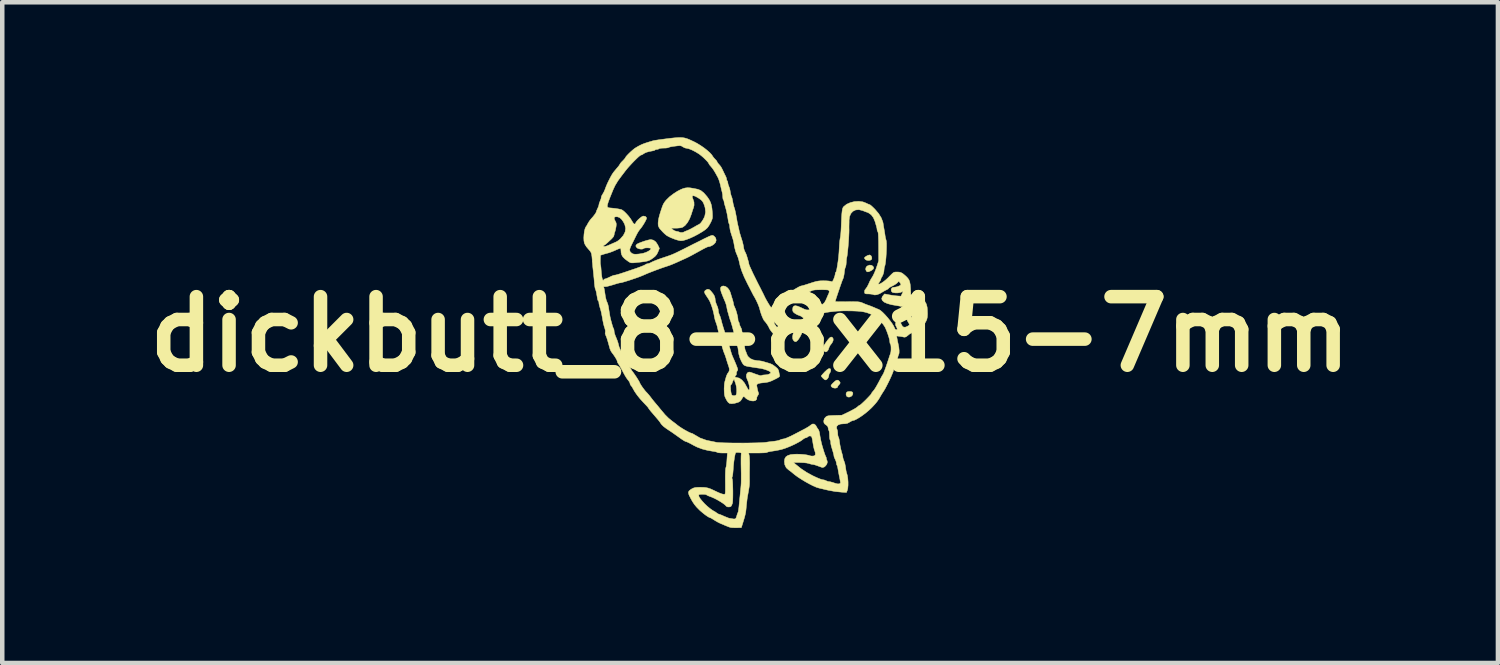
<source format=kicad_pcb>
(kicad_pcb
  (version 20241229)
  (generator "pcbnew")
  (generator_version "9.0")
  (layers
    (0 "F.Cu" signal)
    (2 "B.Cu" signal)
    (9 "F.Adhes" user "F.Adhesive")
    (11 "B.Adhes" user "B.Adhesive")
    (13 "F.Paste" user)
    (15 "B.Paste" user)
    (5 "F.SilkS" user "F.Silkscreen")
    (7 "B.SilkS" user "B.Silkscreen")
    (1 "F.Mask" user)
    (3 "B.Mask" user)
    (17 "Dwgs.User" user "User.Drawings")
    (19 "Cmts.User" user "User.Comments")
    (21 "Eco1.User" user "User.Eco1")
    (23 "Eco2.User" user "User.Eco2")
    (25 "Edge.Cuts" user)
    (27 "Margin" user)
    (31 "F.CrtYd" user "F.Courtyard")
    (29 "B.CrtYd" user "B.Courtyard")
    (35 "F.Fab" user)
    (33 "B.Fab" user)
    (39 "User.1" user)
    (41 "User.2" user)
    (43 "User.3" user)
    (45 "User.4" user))
  (footprint "dickbutt_8-8x15-7mm"
    (layer "F.Cu")
    (at 13.614 4.375)
    (property "Reference" "dickbutt_8-8x15-7mm" (at 0 0 0) (layer "F.SilkS") (effects (font (size 1.524 1.524) (thickness 0.3))))
    (attr through_hole)
    (fp_poly (pts (xy 2.225 1.273) (xy 2.262 1.279) (xy 2.279 1.293) (xy 2.284 1.31) (xy 2.277 1.348) (xy 2.251 1.378) (xy 2.215 1.395) (xy 2.176 1.396) (xy 2.148 1.38) (xy 2.133 1.348) (xy 2.135 1.31) (xy 2.151 1.285) (xy 2.178 1.275) (xy 2.217 1.272) (xy 2.225 1.273)) (stroke (width 0.01) (type solid)) (fill yes) (layer "F.SilkS"))
    (fp_poly (pts (xy 2.686 -1.745) (xy 2.703 -1.713) (xy 2.705 -1.678) (xy 2.696 -1.659) (xy 2.666 -1.642) (xy 2.624 -1.638) (xy 2.584 -1.646) (xy 2.562 -1.659) (xy 2.544 -1.682) (xy 2.54 -1.695) (xy 2.552 -1.712) (xy 2.581 -1.733) (xy 2.616 -1.751) (xy 2.649 -1.76) (xy 2.66 -1.761) (xy 2.686 -1.745)) (stroke (width 0.01) (type solid)) (fill yes) (layer "F.SilkS"))
    (fp_poly (pts (xy 2.7 -1.531) (xy 2.731 -1.509) (xy 2.748 -1.478) (xy 2.738 -1.449) (xy 2.701 -1.419) (xy 2.68 -1.408) (xy 2.638 -1.389) (xy 2.611 -1.385) (xy 2.591 -1.394) (xy 2.585 -1.4) (xy 2.569 -1.434) (xy 2.572 -1.474) (xy 2.594 -1.509) (xy 2.603 -1.515) (xy 2.654 -1.536) (xy 2.7 -1.531)) (stroke (width 0.01) (type solid)) (fill yes) (layer "F.SilkS"))
    (fp_poly (pts (xy 0.944 -0.293) (xy 0.978 -0.267) (xy 0.979 -0.264) (xy 0.985 -0.242) (xy 0.97 -0.217) (xy 0.96 -0.205) (xy 0.927 -0.178) (xy 0.895 -0.173) (xy 0.854 -0.188) (xy 0.84 -0.196) (xy 0.804 -0.229) (xy 0.793 -0.258) (xy 0.794 -0.283) (xy 0.809 -0.297) (xy 0.838 -0.304) (xy 0.894 -0.306) (xy 0.944 -0.293)) (stroke (width 0.01) (type solid)) (fill yes) (layer "F.SilkS"))
    (fp_poly (pts (xy 1.956 1.022) (xy 1.98 1.042) (xy 2.001 1.072) (xy 1.997 1.098) (xy 1.976 1.122) (xy 1.954 1.147) (xy 1.947 1.165) (xy 1.936 1.186) (xy 1.907 1.197) (xy 1.87 1.197) (xy 1.833 1.186) (xy 1.813 1.171) (xy 1.8 1.154) (xy 1.798 1.14) (xy 1.81 1.12) (xy 1.839 1.089) (xy 1.849 1.079) (xy 1.894 1.038) (xy 1.928 1.02) (xy 1.956 1.022)) (stroke (width 0.01) (type solid)) (fill yes) (layer "F.SilkS"))
    (fp_poly (pts (xy 1.79 0.783) (xy 1.792 0.803) (xy 1.785 0.838) (xy 1.771 0.861) (xy 1.755 0.887) (xy 1.75 0.919) (xy 1.74 0.957) (xy 1.717 0.992) (xy 1.688 1.013) (xy 1.675 1.016) (xy 1.654 1.007) (xy 1.625 0.983) (xy 1.618 0.976) (xy 1.594 0.949) (xy 1.581 0.93) (xy 1.58 0.928) (xy 1.59 0.914) (xy 1.614 0.886) (xy 1.648 0.849) (xy 1.655 0.841) (xy 1.708 0.791) (xy 1.748 0.765) (xy 1.776 0.763) (xy 1.79 0.783)) (stroke (width 0.01) (type solid)) (fill yes) (layer "F.SilkS"))
    (fp_poly (pts (xy 1.828 0.071) (xy 1.847 0.103) (xy 1.844 0.146) (xy 1.821 0.193) (xy 1.806 0.212) (xy 1.777 0.25) (xy 1.758 0.286) (xy 1.755 0.296) (xy 1.735 0.35) (xy 1.708 0.383) (xy 1.679 0.394) (xy 1.649 0.379) (xy 1.628 0.349) (xy 1.619 0.326) (xy 1.616 0.307) (xy 1.622 0.286) (xy 1.638 0.255) (xy 1.669 0.209) (xy 1.679 0.193) (xy 1.726 0.128) (xy 1.762 0.086) (xy 1.791 0.065) (xy 1.815 0.064) (xy 1.828 0.071)) (stroke (width 0.01) (type solid)) (fill yes) (layer "F.SilkS"))
    (fp_poly (pts (xy -1.335 -3.252) (xy -1.266 -3.241) (xy -1.176 -3.223) (xy -1.161 -3.22) (xy -1.095 -3.193) (xy -1.028 -3.14) (xy -0.959 -3.061) (xy -0.932 -3.024) (xy -0.899 -2.972) (xy -0.876 -2.921) (xy -0.859 -2.866) (xy -0.847 -2.798) (xy -0.839 -2.711) (xy -0.837 -2.679) (xy -0.835 -2.622) (xy -0.837 -2.58) (xy -0.848 -2.543) (xy -0.868 -2.497) (xy -0.879 -2.475) (xy -0.915 -2.411) (xy -0.949 -2.364) (xy -0.992 -2.325) (xy -1.051 -2.284) (xy -1.051 -2.284) (xy -1.146 -2.227) (xy -1.242 -2.176) (xy -1.335 -2.133) (xy -1.419 -2.101) (xy -1.489 -2.081) (xy -1.538 -2.076) (xy -1.576 -2.082) (xy -1.629 -2.096) (xy -1.685 -2.115) (xy -1.686 -2.116) (xy -1.76 -2.145) (xy -1.814 -2.171) (xy -1.858 -2.197) (xy -1.897 -2.23) (xy -1.941 -2.273) (xy -1.95 -2.283) (xy -1.997 -2.335) (xy -2.012 -2.356) (xy -1.757 -2.356) (xy -1.714 -2.322) (xy -1.677 -2.298) (xy -1.641 -2.287) (xy -1.637 -2.286) (xy -1.601 -2.28) (xy -1.58 -2.272) (xy -1.548 -2.261) (xy -1.508 -2.259) (xy -1.477 -2.267) (xy -1.474 -2.269) (xy -1.453 -2.28) (xy -1.417 -2.295) (xy -1.405 -2.299) (xy -1.365 -2.316) (xy -1.312 -2.342) (xy -1.256 -2.373) (xy -1.249 -2.377) (xy -1.2 -2.406) (xy -1.157 -2.429) (xy -1.13 -2.443) (xy -1.126 -2.445) (xy -1.102 -2.464) (xy -1.073 -2.501) (xy -1.042 -2.549) (xy -1.016 -2.6) (xy -1.006 -2.625) (xy -0.989 -2.713) (xy -0.999 -2.808) (xy -1.015 -2.862) (xy -1.036 -2.916) (xy -1.058 -2.953) (xy -1.087 -2.983) (xy -1.131 -3.015) (xy -1.153 -3.029) (xy -1.213 -3.063) (xy -1.255 -3.077) (xy -1.28 -3.073) (xy -1.286 -3.05) (xy -1.271 -3.008) (xy -1.269 -3.004) (xy -1.246 -2.936) (xy -1.244 -2.865) (xy -1.255 -2.819) (xy -1.264 -2.792) (xy -1.28 -2.745) (xy -1.298 -2.688) (xy -1.306 -2.662) (xy -1.344 -2.564) (xy -1.391 -2.48) (xy -1.444 -2.416) (xy -1.495 -2.378) (xy -1.541 -2.364) (xy -1.61 -2.357) (xy -1.647 -2.356) (xy -1.757 -2.356) (xy -2.012 -2.356) (xy -2.026 -2.377) (xy -2.041 -2.417) (xy -2.043 -2.463) (xy -2.041 -2.498) (xy -2.036 -2.533) (xy -2.031 -2.565) (xy -2.023 -2.599) (xy -2.012 -2.642) (xy -1.994 -2.701) (xy -1.972 -2.769) (xy -1.948 -2.84) (xy -1.926 -2.892) (xy -1.899 -2.935) (xy -1.865 -2.978) (xy -1.858 -2.985) (xy -1.79 -3.052) (xy -1.704 -3.118) (xy -1.613 -3.177) (xy -1.537 -3.216) (xy -1.485 -3.237) (xy -1.439 -3.249) (xy -1.391 -3.254) (xy -1.335 -3.252)) (stroke (width 0.01) (type solid)) (fill yes) (layer "F.SilkS"))
    (fp_poly (pts (xy -0.542 -1.06) (xy -0.497 -1.026) (xy -0.46 -0.977) (xy -0.44 -0.931) (xy -0.428 -0.892) (xy -0.412 -0.838) (xy -0.396 -0.788) (xy -0.381 -0.738) (xy -0.371 -0.696) (xy -0.367 -0.671) (xy -0.361 -0.644) (xy -0.345 -0.606) (xy -0.34 -0.596) (xy -0.319 -0.545) (xy -0.299 -0.481) (xy -0.282 -0.415) (xy -0.271 -0.355) (xy -0.268 -0.324) (xy -0.264 -0.292) (xy -0.254 -0.275) (xy -0.242 -0.255) (xy -0.24 -0.239) (xy -0.233 -0.21) (xy -0.217 -0.171) (xy -0.212 -0.162) (xy -0.193 -0.123) (xy -0.184 -0.089) (xy -0.183 -0.083) (xy -0.177 -0.046) (xy -0.17 -0.029) (xy -0.162 -0.004) (xy -0.153 0.041) (xy -0.144 0.098) (xy -0.141 0.122) (xy -0.13 0.211) (xy -0.122 0.276) (xy -0.115 0.321) (xy -0.109 0.35) (xy -0.103 0.367) (xy -0.099 0.374) (xy -0.088 0.398) (xy -0.08 0.425) (xy -0.051 0.489) (xy 0.001 0.539) (xy 0.072 0.571) (xy 0.156 0.586) (xy 0.211 0.591) (xy 0.262 0.599) (xy 0.286 0.605) (xy 0.329 0.618) (xy 0.381 0.633) (xy 0.395 0.637) (xy 0.452 0.655) (xy 0.496 0.675) (xy 0.539 0.705) (xy 0.574 0.732) (xy 0.614 0.769) (xy 0.634 0.806) (xy 0.639 0.83) (xy 0.647 0.874) (xy 0.655 0.911) (xy 0.656 0.913) (xy 0.658 0.928) (xy 0.651 0.942) (xy 0.63 0.959) (xy 0.591 0.981) (xy 0.541 1.006) (xy 0.474 1.038) (xy 0.419 1.058) (xy 0.367 1.07) (xy 0.307 1.077) (xy 0.306 1.077) (xy 0.234 1.085) (xy 0.185 1.096) (xy 0.158 1.11) (xy 0.148 1.131) (xy 0.149 1.146) (xy 0.16 1.206) (xy 0.172 1.259) (xy 0.184 1.298) (xy 0.189 1.31) (xy 0.188 1.331) (xy 0.172 1.361) (xy 0.17 1.364) (xy 0.153 1.392) (xy 0.149 1.411) (xy 0.149 1.412) (xy 0.149 1.433) (xy 0.141 1.453) (xy 0.114 1.476) (xy 0.071 1.484) (xy 0.019 1.479) (xy -0.034 1.461) (xy -0.083 1.433) (xy -0.105 1.413) (xy -0.129 1.389) (xy -0.148 1.387) (xy -0.166 1.408) (xy -0.183 1.438) (xy -0.212 1.481) (xy -0.254 1.508) (xy -0.271 1.515) (xy -0.346 1.536) (xy -0.41 1.544) (xy -0.456 1.537) (xy -0.459 1.536) (xy -0.49 1.51) (xy -0.523 1.462) (xy -0.554 1.399) (xy -0.56 1.383) (xy -0.569 1.344) (xy -0.574 1.286) (xy -0.576 1.218) (xy -0.574 1.156) (xy -0.435 1.156) (xy -0.435 1.197) (xy -0.432 1.233) (xy -0.425 1.285) (xy -0.416 1.327) (xy -0.407 1.35) (xy -0.407 1.35) (xy -0.378 1.366) (xy -0.341 1.366) (xy -0.313 1.352) (xy -0.302 1.324) (xy -0.297 1.277) (xy -0.298 1.219) (xy -0.306 1.157) (xy -0.32 1.099) (xy -0.325 1.087) (xy -0.34 1.044) (xy -0.35 1.013) (xy -0.353 1.003) (xy -0.358 1.002) (xy -0.37 1.018) (xy -0.383 1.042) (xy -0.393 1.065) (xy -0.395 1.074) (xy -0.405 1.102) (xy -0.418 1.116) (xy -0.43 1.132) (xy -0.435 1.156) (xy -0.574 1.156) (xy -0.574 1.15) (xy -0.569 1.092) (xy -0.562 1.058) (xy -0.552 1.023) (xy -0.539 0.976) (xy -0.535 0.96) (xy -0.52 0.916) (xy -0.505 0.883) (xy -0.5 0.875) (xy -0.471 0.833) (xy -0.46 0.796) (xy -0.464 0.753) (xy -0.477 0.709) (xy -0.498 0.647) (xy -0.519 0.581) (xy -0.528 0.55) (xy -0.543 0.502) (xy -0.557 0.462) (xy -0.564 0.445) (xy -0.588 0.384) (xy -0.611 0.311) (xy -0.63 0.241) (xy -0.636 0.212) (xy -0.646 0.161) (xy -0.66 0.101) (xy -0.67 0.064) (xy -0.693 -0.022) (xy -0.71 -0.087) (xy -0.722 -0.138) (xy -0.727 -0.162) (xy -0.738 -0.203) (xy -0.748 -0.233) (xy -0.776 -0.311) (xy -0.793 -0.384) (xy -0.798 -0.416) (xy -0.81 -0.475) (xy -0.829 -0.549) (xy -0.853 -0.625) (xy -0.879 -0.694) (xy -0.898 -0.738) (xy -0.919 -0.774) (xy -0.949 -0.821) (xy -0.968 -0.849) (xy -1 -0.898) (xy -1.013 -0.932) (xy -1.009 -0.957) (xy -0.988 -0.978) (xy -0.985 -0.98) (xy -0.945 -0.999) (xy -0.91 -0.994) (xy -0.874 -0.963) (xy -0.823 -0.901) (xy -0.792 -0.849) (xy -0.778 -0.801) (xy -0.776 -0.776) (xy -0.768 -0.724) (xy -0.749 -0.666) (xy -0.741 -0.649) (xy -0.72 -0.599) (xy -0.708 -0.55) (xy -0.706 -0.529) (xy -0.699 -0.48) (xy -0.682 -0.433) (xy -0.662 -0.386) (xy -0.648 -0.339) (xy -0.622 -0.238) (xy -0.595 -0.148) (xy -0.584 -0.114) (xy -0.568 -0.063) (xy -0.551 -0.006) (xy -0.549 0) (xy -0.529 0.067) (xy -0.504 0.144) (xy -0.48 0.217) (xy -0.477 0.226) (xy -0.456 0.286) (xy -0.439 0.343) (xy -0.427 0.386) (xy -0.424 0.395) (xy -0.412 0.436) (xy -0.392 0.488) (xy -0.377 0.522) (xy -0.352 0.578) (xy -0.324 0.644) (xy -0.303 0.695) (xy -0.284 0.746) (xy -0.274 0.777) (xy -0.275 0.797) (xy -0.284 0.812) (xy -0.287 0.816) (xy -0.302 0.847) (xy -0.302 0.869) (xy -0.306 0.902) (xy -0.317 0.916) (xy -0.337 0.94) (xy -0.33 0.955) (xy -0.3 0.961) (xy -0.24 0.976) (xy -0.18 1.018) (xy -0.124 1.084) (xy -0.073 1.174) (xy -0.069 1.182) (xy -0.05 1.217) (xy -0.033 1.239) (xy -0.028 1.242) (xy -0.016 1.23) (xy -0.013 1.197) (xy -0.017 1.151) (xy -0.029 1.098) (xy -0.046 1.043) (xy -0.065 1) (xy -0.083 0.946) (xy -0.081 0.897) (xy -0.06 0.86) (xy -0.052 0.854) (xy -0.031 0.843) (xy -0.009 0.841) (xy 0.023 0.85) (xy 0.057 0.862) (xy 0.13 0.889) (xy 0.181 0.906) (xy 0.215 0.917) (xy 0.236 0.92) (xy 0.25 0.919) (xy 0.256 0.915) (xy 0.281 0.908) (xy 0.322 0.904) (xy 0.339 0.903) (xy 0.386 0.898) (xy 0.426 0.885) (xy 0.452 0.867) (xy 0.459 0.848) (xy 0.457 0.844) (xy 0.434 0.825) (xy 0.391 0.805) (xy 0.336 0.784) (xy 0.276 0.768) (xy 0.234 0.759) (xy 0.168 0.75) (xy 0.097 0.739) (xy 0.064 0.734) (xy -0.015 0.722) (xy -0.071 0.712) (xy -0.11 0.7) (xy -0.137 0.685) (xy -0.157 0.663) (xy -0.176 0.632) (xy -0.192 0.602) (xy -0.227 0.524) (xy -0.25 0.441) (xy -0.264 0.346) (xy -0.27 0.302) (xy -0.279 0.27) (xy -0.284 0.262) (xy -0.293 0.239) (xy -0.296 0.207) (xy -0.301 0.172) (xy -0.312 0.122) (xy -0.324 0.079) (xy -0.344 0.015) (xy -0.364 -0.055) (xy -0.374 -0.092) (xy -0.397 -0.177) (xy -0.415 -0.239) (xy -0.429 -0.282) (xy -0.437 -0.303) (xy -0.448 -0.334) (xy -0.461 -0.378) (xy -0.466 -0.395) (xy -0.479 -0.442) (xy -0.491 -0.484) (xy -0.495 -0.494) (xy -0.504 -0.53) (xy -0.514 -0.578) (xy -0.516 -0.593) (xy -0.528 -0.648) (xy -0.546 -0.703) (xy -0.55 -0.713) (xy -0.591 -0.809) (xy -0.621 -0.883) (xy -0.642 -0.938) (xy -0.653 -0.979) (xy -0.657 -1.009) (xy -0.655 -1.03) (xy -0.649 -1.044) (xy -0.624 -1.067) (xy -0.588 -1.072) (xy -0.542 -1.06)) (stroke (width 0.01) (type solid)) (fill yes) (layer "F.SilkS"))
    (fp_poly (pts (xy -1.5 -4.367) (xy -1.455 -4.36) (xy -1.411 -4.348) (xy -1.366 -4.331) (xy -1.316 -4.309) (xy -1.257 -4.281) (xy -1.249 -4.278) (xy -1.177 -4.24) (xy -1.101 -4.193) (xy -1.025 -4.141) (xy -0.956 -4.087) (xy -0.898 -4.036) (xy -0.856 -3.991) (xy -0.841 -3.969) (xy -0.817 -3.933) (xy -0.784 -3.895) (xy -0.777 -3.888) (xy -0.75 -3.86) (xy -0.735 -3.837) (xy -0.734 -3.833) (xy -0.725 -3.814) (xy -0.703 -3.786) (xy -0.697 -3.78) (xy -0.669 -3.748) (xy -0.644 -3.714) (xy -0.62 -3.669) (xy -0.59 -3.607) (xy -0.586 -3.598) (xy -0.564 -3.552) (xy -0.545 -3.514) (xy -0.536 -3.496) (xy -0.524 -3.461) (xy -0.522 -3.444) (xy -0.516 -3.417) (xy -0.508 -3.408) (xy -0.497 -3.388) (xy -0.494 -3.364) (xy -0.487 -3.326) (xy -0.472 -3.286) (xy -0.472 -3.286) (xy -0.456 -3.244) (xy -0.444 -3.192) (xy -0.442 -3.177) (xy -0.433 -3.126) (xy -0.421 -3.08) (xy -0.416 -3.069) (xy -0.4 -3.024) (xy -0.39 -2.977) (xy -0.375 -2.894) (xy -0.359 -2.831) (xy -0.353 -2.815) (xy -0.341 -2.779) (xy -0.327 -2.72) (xy -0.312 -2.644) (xy -0.296 -2.557) (xy -0.289 -2.512) (xy -0.282 -2.476) (xy -0.272 -2.429) (xy -0.268 -2.413) (xy -0.255 -2.359) (xy -0.243 -2.304) (xy -0.241 -2.293) (xy -0.231 -2.252) (xy -0.214 -2.196) (xy -0.195 -2.135) (xy -0.192 -2.126) (xy -0.172 -2.063) (xy -0.156 -1.999) (xy -0.146 -1.947) (xy -0.146 -1.942) (xy -0.137 -1.893) (xy -0.122 -1.849) (xy -0.114 -1.834) (xy -0.096 -1.798) (xy -0.077 -1.751) (xy -0.073 -1.736) (xy -0.058 -1.686) (xy -0.045 -1.64) (xy -0.041 -1.629) (xy -0.032 -1.593) (xy -0.028 -1.569) (xy -0.022 -1.545) (xy -0.003 -1.499) (xy 0.027 -1.433) (xy 0.066 -1.348) (xy 0.115 -1.249) (xy 0.171 -1.136) (xy 0.233 -1.016) (xy 0.261 -0.959) (xy 0.287 -0.909) (xy 0.305 -0.871) (xy 0.31 -0.861) (xy 0.334 -0.811) (xy 0.364 -0.755) (xy 0.397 -0.699) (xy 0.428 -0.648) (xy 0.455 -0.607) (xy 0.475 -0.583) (xy 0.482 -0.579) (xy 0.496 -0.59) (xy 0.517 -0.617) (xy 0.524 -0.627) (xy 0.556 -0.669) (xy 0.596 -0.703) (xy 0.6 -0.706) (xy 0.633 -0.731) (xy 0.654 -0.757) (xy 0.656 -0.762) (xy 0.673 -0.786) (xy 0.71 -0.819) (xy 0.759 -0.856) (xy 0.816 -0.893) (xy 0.856 -0.916) (xy 0.897 -0.939) (xy 0.931 -0.959) (xy 0.938 -0.963) (xy 1.016 -1.013) (xy 1.074 -1.046) (xy 1.113 -1.066) (xy 1.135 -1.072) (xy 1.135 -1.072) (xy 1.157 -1.077) (xy 1.199 -1.088) (xy 1.256 -1.106) (xy 1.322 -1.127) (xy 1.33 -1.13) (xy 1.407 -1.155) (xy 1.467 -1.172) (xy 1.517 -1.181) (xy 1.566 -1.186) (xy 1.623 -1.187) (xy 1.63 -1.187) (xy 1.692 -1.186) (xy 1.746 -1.182) (xy 1.785 -1.176) (xy 1.794 -1.173) (xy 1.815 -1.167) (xy 1.83 -1.173) (xy 1.844 -1.195) (xy 1.861 -1.233) (xy 1.878 -1.279) (xy 1.889 -1.319) (xy 1.891 -1.336) (xy 1.896 -1.364) (xy 1.903 -1.375) (xy 1.914 -1.393) (xy 1.923 -1.427) (xy 1.925 -1.436) (xy 1.942 -1.535) (xy 1.954 -1.615) (xy 1.963 -1.684) (xy 1.97 -1.752) (xy 1.976 -1.826) (xy 1.981 -1.916) (xy 1.983 -1.947) (xy 1.987 -2.015) (xy 1.993 -2.077) (xy 2 -2.126) (xy 2.004 -2.145) (xy 2.009 -2.177) (xy 2.015 -2.23) (xy 2.02 -2.299) (xy 2.024 -2.375) (xy 2.025 -2.399) (xy 2.03 -2.517) (xy 2.034 -2.61) (xy 2.039 -2.681) (xy 2.045 -2.735) (xy 2.051 -2.774) (xy 2.059 -2.801) (xy 2.069 -2.821) (xy 2.079 -2.834) (xy 2.145 -2.887) (xy 2.228 -2.924) (xy 2.321 -2.947) (xy 2.417 -2.952) (xy 2.507 -2.94) (xy 2.57 -2.916) (xy 2.612 -2.896) (xy 2.645 -2.882) (xy 2.658 -2.879) (xy 2.674 -2.869) (xy 2.705 -2.843) (xy 2.745 -2.805) (xy 2.774 -2.776) (xy 2.856 -2.68) (xy 2.915 -2.584) (xy 2.95 -2.492) (xy 2.956 -2.462) (xy 2.963 -2.414) (xy 2.973 -2.357) (xy 2.978 -2.328) (xy 2.988 -2.27) (xy 2.997 -2.211) (xy 3 -2.187) (xy 3.008 -2.141) (xy 3.018 -2.103) (xy 3.021 -2.095) (xy 3.027 -2.066) (xy 3.031 -2.015) (xy 3.031 -1.948) (xy 3.029 -1.87) (xy 3.025 -1.787) (xy 3.02 -1.706) (xy 3.013 -1.63) (xy 3.005 -1.568) (xy 2.996 -1.523) (xy 2.99 -1.508) (xy 2.981 -1.477) (xy 2.977 -1.437) (xy 2.972 -1.388) (xy 2.958 -1.336) (xy 2.939 -1.29) (xy 2.923 -1.267) (xy 2.909 -1.238) (xy 2.907 -1.227) (xy 2.899 -1.2) (xy 2.879 -1.167) (xy 2.855 -1.133) (xy 2.851 -1.115) (xy 2.864 -1.111) (xy 2.889 -1.12) (xy 2.925 -1.14) (xy 2.969 -1.17) (xy 3.017 -1.209) (xy 3.067 -1.255) (xy 3.087 -1.276) (xy 3.134 -1.323) (xy 3.166 -1.354) (xy 3.191 -1.372) (xy 3.215 -1.38) (xy 3.243 -1.382) (xy 3.264 -1.382) (xy 3.312 -1.38) (xy 3.351 -1.37) (xy 3.389 -1.35) (xy 3.433 -1.314) (xy 3.465 -1.286) (xy 3.503 -1.246) (xy 3.53 -1.207) (xy 3.547 -1.161) (xy 3.558 -1.102) (xy 3.565 -1.023) (xy 3.566 -0.998) (xy 3.572 -0.875) (xy 3.614 -0.875) (xy 3.665 -0.865) (xy 3.731 -0.836) (xy 3.806 -0.791) (xy 3.838 -0.769) (xy 3.885 -0.725) (xy 3.916 -0.67) (xy 3.934 -0.6) (xy 3.939 -0.536) (xy 3.942 -0.448) (xy 3.938 -0.381) (xy 3.927 -0.329) (xy 3.908 -0.287) (xy 3.9 -0.274) (xy 3.874 -0.229) (xy 3.854 -0.185) (xy 3.85 -0.173) (xy 3.828 -0.122) (xy 3.793 -0.094) (xy 3.741 -0.085) (xy 3.733 -0.085) (xy 3.663 -0.072) (xy 3.621 -0.049) (xy 3.588 -0.028) (xy 3.565 -0.015) (xy 3.561 -0.014) (xy 3.546 -0.006) (xy 3.519 0.016) (xy 3.503 0.029) (xy 3.466 0.057) (xy 3.437 0.066) (xy 3.416 0.064) (xy 3.379 0.056) (xy 3.33 0.048) (xy 3.318 0.047) (xy 3.256 0.039) (xy 3.264 0.087) (xy 3.272 0.13) (xy 3.283 0.183) (xy 3.288 0.205) (xy 3.305 0.291) (xy 3.312 0.364) (xy 3.311 0.418) (xy 3.305 0.443) (xy 3.295 0.465) (xy 3.286 0.495) (xy 3.276 0.539) (xy 3.264 0.599) (xy 3.252 0.638) (xy 3.231 0.684) (xy 3.222 0.701) (xy 3.202 0.742) (xy 3.191 0.778) (xy 3.189 0.789) (xy 3.183 0.818) (xy 3.165 0.866) (xy 3.139 0.928) (xy 3.107 0.999) (xy 3.071 1.073) (xy 3.034 1.146) (xy 2.999 1.212) (xy 2.967 1.265) (xy 2.963 1.27) (xy 2.93 1.322) (xy 2.896 1.378) (xy 2.886 1.397) (xy 2.853 1.451) (xy 2.819 1.499) (xy 2.779 1.548) (xy 2.726 1.606) (xy 2.692 1.641) (xy 2.634 1.695) (xy 2.568 1.75) (xy 2.498 1.803) (xy 2.43 1.849) (xy 2.367 1.886) (xy 2.316 1.911) (xy 2.281 1.919) (xy 2.258 1.927) (xy 2.224 1.945) (xy 2.21 1.954) (xy 2.164 1.979) (xy 2.112 1.989) (xy 2.081 1.99) (xy 2.009 1.996) (xy 1.957 2.015) (xy 1.927 2.045) (xy 1.921 2.084) (xy 1.932 2.114) (xy 1.942 2.146) (xy 1.947 2.191) (xy 1.947 2.205) (xy 1.95 2.245) (xy 1.957 2.274) (xy 1.96 2.28) (xy 1.97 2.301) (xy 1.979 2.339) (xy 1.981 2.349) (xy 1.996 2.454) (xy 2.012 2.536) (xy 2.028 2.602) (xy 2.037 2.632) (xy 2.05 2.677) (xy 2.059 2.715) (xy 2.06 2.728) (xy 2.066 2.759) (xy 2.079 2.798) (xy 2.08 2.799) (xy 2.104 2.864) (xy 2.119 2.941) (xy 2.126 2.992) (xy 2.133 3.037) (xy 2.142 3.075) (xy 2.145 3.083) (xy 2.16 3.135) (xy 2.171 3.204) (xy 2.177 3.281) (xy 2.177 3.357) (xy 2.171 3.424) (xy 2.159 3.471) (xy 2.141 3.516) (xy 2.033 3.509) (xy 1.894 3.495) (xy 1.749 3.469) (xy 1.665 3.45) (xy 1.609 3.436) (xy 1.556 3.424) (xy 1.524 3.416) (xy 1.47 3.399) (xy 1.399 3.368) (xy 1.317 3.326) (xy 1.23 3.278) (xy 1.143 3.225) (xy 1.062 3.173) (xy 0.994 3.123) (xy 0.962 3.097) (xy 0.919 3.061) (xy 0.878 3.03) (xy 0.857 3.015) (xy 0.803 2.966) (xy 0.771 2.899) (xy 0.762 2.828) (xy 0.77 2.769) (xy 0.795 2.725) (xy 0.839 2.694) (xy 0.905 2.674) (xy 0.994 2.666) (xy 1.044 2.665) (xy 1.122 2.667) (xy 1.196 2.673) (xy 1.26 2.682) (xy 1.307 2.692) (xy 1.32 2.697) (xy 1.355 2.706) (xy 1.397 2.707) (xy 1.398 2.707) (xy 1.432 2.7) (xy 1.447 2.683) (xy 1.451 2.664) (xy 1.447 2.624) (xy 1.435 2.587) (xy 1.424 2.555) (xy 1.412 2.504) (xy 1.401 2.443) (xy 1.397 2.42) (xy 1.388 2.362) (xy 1.378 2.313) (xy 1.369 2.282) (xy 1.365 2.275) (xy 1.337 2.259) (xy 1.303 2.264) (xy 1.284 2.279) (xy 1.257 2.297) (xy 1.241 2.3) (xy 1.214 2.309) (xy 1.18 2.331) (xy 1.168 2.341) (xy 1.129 2.369) (xy 1.07 2.403) (xy 0.998 2.441) (xy 0.919 2.478) (xy 0.84 2.511) (xy 0.769 2.538) (xy 0.762 2.54) (xy 0.701 2.559) (xy 0.634 2.574) (xy 0.555 2.589) (xy 0.456 2.604) (xy 0.445 2.606) (xy 0.405 2.614) (xy 0.378 2.624) (xy 0.375 2.626) (xy 0.356 2.631) (xy 0.315 2.635) (xy 0.257 2.637) (xy 0.187 2.639) (xy 0.165 2.639) (xy -0.032 2.639) (xy -0.02 2.692) (xy -0.015 2.729) (xy -0.012 2.786) (xy -0.01 2.851) (xy -0.01 2.882) (xy -0.012 3.002) (xy -0.013 3.103) (xy -0.013 3.197) (xy -0.012 3.263) (xy -0.013 3.306) (xy -0.015 3.349) (xy -0.021 3.399) (xy -0.031 3.461) (xy -0.045 3.541) (xy -0.057 3.605) (xy -0.065 3.658) (xy -0.073 3.728) (xy -0.081 3.801) (xy -0.084 3.831) (xy -0.09 3.896) (xy -0.097 3.954) (xy -0.109 4.011) (xy -0.125 4.074) (xy -0.149 4.153) (xy -0.167 4.212) (xy -0.194 4.297) (xy -0.291 4.299) (xy -0.346 4.299) (xy -0.395 4.297) (xy -0.423 4.295) (xy -0.444 4.29) (xy -0.473 4.281) (xy -0.513 4.265) (xy -0.569 4.242) (xy -0.646 4.209) (xy -0.663 4.202) (xy -0.712 4.178) (xy -0.768 4.146) (xy -0.8 4.126) (xy -0.84 4.101) (xy -0.871 4.083) (xy -0.885 4.078) (xy -0.91 4.069) (xy -0.95 4.045) (xy -1 4.01) (xy -1.054 3.967) (xy -1.107 3.922) (xy -1.127 3.903) (xy -1.189 3.84) (xy -1.238 3.78) (xy -1.282 3.714) (xy -1.327 3.632) (xy -1.336 3.613) (xy -1.35 3.583) (xy -1.143 3.583) (xy -1.132 3.615) (xy -1.103 3.66) (xy -1.06 3.712) (xy -1.008 3.769) (xy -0.949 3.824) (xy -0.89 3.873) (xy -0.834 3.913) (xy -0.805 3.93) (xy -0.768 3.951) (xy -0.74 3.972) (xy -0.737 3.974) (xy -0.709 3.992) (xy -0.68 4.002) (xy -0.646 4.014) (xy -0.6 4.034) (xy -0.572 4.047) (xy -0.471 4.087) (xy -0.37 4.104) (xy -0.359 4.105) (xy -0.333 4.103) (xy -0.317 4.091) (xy -0.304 4.063) (xy -0.297 4.039) (xy -0.284 3.997) (xy -0.272 3.966) (xy -0.268 3.958) (xy -0.262 3.939) (xy -0.256 3.898) (xy -0.248 3.841) (xy -0.242 3.775) (xy -0.234 3.69) (xy -0.224 3.597) (xy -0.216 3.51) (xy -0.211 3.464) (xy -0.205 3.408) (xy -0.201 3.357) (xy -0.198 3.306) (xy -0.197 3.247) (xy -0.197 3.178) (xy -0.197 3.09) (xy -0.199 2.985) (xy -0.201 2.874) (xy -0.201 2.784) (xy -0.2 2.716) (xy -0.198 2.672) (xy -0.196 2.66) (xy -0.196 2.642) (xy -0.21 2.633) (xy -0.244 2.628) (xy -0.256 2.627) (xy -0.296 2.626) (xy -0.317 2.632) (xy -0.327 2.65) (xy -0.331 2.663) (xy -0.346 2.735) (xy -0.359 2.826) (xy -0.37 2.928) (xy -0.376 3.02) (xy -0.381 3.08) (xy -0.387 3.13) (xy -0.394 3.163) (xy -0.398 3.171) (xy -0.404 3.196) (xy -0.399 3.207) (xy -0.394 3.227) (xy -0.389 3.27) (xy -0.386 3.33) (xy -0.384 3.401) (xy -0.382 3.479) (xy -0.382 3.557) (xy -0.383 3.63) (xy -0.385 3.692) (xy -0.388 3.738) (xy -0.393 3.762) (xy -0.393 3.763) (xy -0.409 3.797) (xy -0.415 3.814) (xy -0.433 3.831) (xy -0.466 3.838) (xy -0.501 3.836) (xy -0.528 3.823) (xy -0.532 3.818) (xy -0.556 3.792) (xy -0.599 3.759) (xy -0.657 3.721) (xy -0.722 3.683) (xy -0.79 3.647) (xy -0.855 3.618) (xy -0.891 3.605) (xy -0.932 3.589) (xy -0.96 3.575) (xy -0.967 3.569) (xy -0.985 3.562) (xy -1.021 3.557) (xy -1.059 3.556) (xy -1.106 3.557) (xy -1.132 3.562) (xy -1.142 3.572) (xy -1.143 3.583) (xy -1.35 3.583) (xy -1.362 3.556) (xy -1.37 3.515) (xy -1.358 3.484) (xy -1.325 3.455) (xy -1.29 3.433) (xy -1.256 3.417) (xy -1.22 3.407) (xy -1.172 3.402) (xy -1.109 3.401) (xy -1.04 3.402) (xy -0.984 3.407) (xy -0.932 3.418) (xy -0.877 3.437) (xy -0.811 3.467) (xy -0.755 3.494) (xy -0.697 3.521) (xy -0.644 3.542) (xy -0.603 3.554) (xy -0.589 3.556) (xy -0.576 3.557) (xy -0.565 3.556) (xy -0.558 3.55) (xy -0.553 3.537) (xy -0.55 3.512) (xy -0.549 3.471) (xy -0.549 3.413) (xy -0.549 3.332) (xy -0.55 3.243) (xy -0.55 3.15) (xy -0.548 3.072) (xy -0.545 3.012) (xy -0.541 2.975) (xy -0.538 2.966) (xy -0.531 2.941) (xy -0.524 2.895) (xy -0.517 2.836) (xy -0.514 2.789) (xy -0.504 2.639) (xy -0.609 2.639) (xy -0.662 2.637) (xy -0.704 2.633) (xy -0.726 2.627) (xy -0.727 2.626) (xy -0.749 2.616) (xy -0.786 2.607) (xy -0.797 2.606) (xy -0.943 2.581) (xy -1.067 2.549) (xy -1.176 2.508) (xy -1.256 2.468) (xy -1.317 2.434) (xy -1.37 2.407) (xy -1.409 2.39) (xy -1.428 2.385) (xy -1.447 2.377) (xy -1.483 2.356) (xy -1.528 2.326) (xy -1.545 2.314) (xy -1.633 2.251) (xy -1.704 2.201) (xy -1.754 2.166) (xy -1.776 2.152) (xy -1.86 2.096) (xy -1.921 2.05) (xy -1.964 2.008) (xy -1.994 1.967) (xy -1.998 1.959) (xy -2.014 1.938) (xy -2.042 1.902) (xy -2.077 1.861) (xy -2.077 1.861) (xy -2.149 1.777) (xy -2.203 1.714) (xy -2.238 1.67) (xy -2.256 1.645) (xy -2.258 1.639) (xy -2.267 1.626) (xy -2.292 1.597) (xy -2.33 1.557) (xy -2.371 1.514) (xy -2.442 1.436) (xy -2.508 1.354) (xy -2.563 1.275) (xy -2.603 1.205) (xy -2.609 1.192) (xy -2.63 1.159) (xy -2.644 1.144) (xy -2.663 1.115) (xy -2.667 1.096) (xy -2.676 1.066) (xy -2.698 1.034) (xy -2.724 1.002) (xy -2.754 0.959) (xy -2.789 0.9) (xy -2.832 0.82) (xy -2.851 0.784) (xy -2.88 0.732) (xy -2.906 0.687) (xy -2.925 0.658) (xy -2.929 0.653) (xy -2.946 0.624) (xy -2.949 0.608) (xy -2.957 0.582) (xy -2.978 0.541) (xy -3.008 0.493) (xy -3.041 0.445) (xy -3.069 0.409) (xy -3.093 0.372) (xy -3.113 0.325) (xy -3.115 0.318) (xy -3.14 0.227) (xy -3.159 0.16) (xy -3.174 0.11) (xy -3.186 0.074) (xy -3.197 0.046) (xy -3.205 0.028) (xy -3.22 -0.016) (xy -3.217 -0.043) (xy -3.214 -0.073) (xy -3.224 -0.12) (xy -3.227 -0.128) (xy -3.243 -0.178) (xy -3.258 -0.236) (xy -3.272 -0.307) (xy -3.288 -0.4) (xy -3.289 -0.402) (xy -3.299 -0.458) (xy -3.311 -0.51) (xy -3.318 -0.536) (xy -3.337 -0.599) (xy -3.349 -0.642) (xy -3.355 -0.67) (xy -3.358 -0.69) (xy -3.358 -0.702) (xy -3.364 -0.73) (xy -3.371 -0.74) (xy -3.377 -0.746) (xy -3.383 -0.758) (xy -3.389 -0.782) (xy -3.396 -0.822) (xy -3.407 -0.884) (xy -3.411 -0.91) (xy -3.421 -0.956) (xy -3.432 -0.991) (xy -3.437 -1.002) (xy -3.444 -1.025) (xy -3.451 -1.068) (xy -3.458 -1.125) (xy -3.46 -1.157) (xy -3.467 -1.237) (xy -3.476 -1.325) (xy -3.484 -1.406) (xy -3.486 -1.418) (xy -3.494 -1.492) (xy -3.501 -1.572) (xy -3.504 -1.606) (xy -3.328 -1.606) (xy -3.326 -1.563) (xy -3.322 -1.54) (xy -3.317 -1.516) (xy -3.312 -1.472) (xy -3.308 -1.415) (xy -3.306 -1.392) (xy -3.3 -1.325) (xy -3.292 -1.268) (xy -3.282 -1.225) (xy -3.271 -1.2) (xy -3.26 -1.197) (xy -3.255 -1.205) (xy -3.236 -1.225) (xy -3.224 -1.228) (xy -3.201 -1.234) (xy -3.162 -1.25) (xy -3.119 -1.27) (xy -3.072 -1.292) (xy -3.032 -1.307) (xy -3.01 -1.312) (xy -2.99 -1.314) (xy -2.959 -1.322) (xy -2.913 -1.335) (xy -2.848 -1.356) (xy -2.766 -1.383) (xy -2.637 -1.427) (xy -2.533 -1.462) (xy -2.453 -1.491) (xy -2.394 -1.514) (xy -2.354 -1.531) (xy -2.331 -1.543) (xy -2.327 -1.546) (xy -2.295 -1.563) (xy -2.274 -1.566) (xy -2.243 -1.574) (xy -2.203 -1.592) (xy -2.19 -1.599) (xy -2.157 -1.615) (xy -2.104 -1.637) (xy -2.038 -1.663) (xy -1.965 -1.688) (xy -1.954 -1.692) (xy -1.882 -1.716) (xy -1.823 -1.736) (xy -1.772 -1.754) (xy -1.726 -1.772) (xy -1.678 -1.793) (xy -1.625 -1.818) (xy -1.562 -1.849) (xy -1.483 -1.888) (xy -1.384 -1.938) (xy -1.376 -1.942) (xy -1.313 -1.974) (xy -1.248 -2.007) (xy -1.194 -2.033) (xy -1.185 -2.038) (xy -1.126 -2.067) (xy -1.061 -2.1) (xy -1.03 -2.116) (xy -0.976 -2.142) (xy -0.922 -2.168) (xy -0.894 -2.18) (xy -0.856 -2.194) (xy -0.833 -2.197) (xy -0.812 -2.187) (xy -0.799 -2.178) (xy -0.764 -2.138) (xy -0.753 -2.09) (xy -0.766 -2.042) (xy -0.769 -2.038) (xy -0.802 -2.001) (xy -0.848 -1.969) (xy -0.893 -1.95) (xy -0.912 -1.947) (xy -0.928 -1.945) (xy -0.95 -1.938) (xy -0.981 -1.924) (xy -1.025 -1.902) (xy -1.086 -1.869) (xy -1.166 -1.825) (xy -1.206 -1.803) (xy -1.269 -1.768) (xy -1.318 -1.742) (xy -1.36 -1.72) (xy -1.403 -1.699) (xy -1.457 -1.674) (xy -1.524 -1.644) (xy -1.605 -1.607) (xy -1.666 -1.58) (xy -1.713 -1.56) (xy -1.752 -1.544) (xy -1.788 -1.53) (xy -1.827 -1.517) (xy -1.876 -1.5) (xy -1.891 -1.496) (xy -1.983 -1.464) (xy -2.084 -1.427) (xy -2.184 -1.389) (xy -2.275 -1.353) (xy -2.335 -1.327) (xy -2.381 -1.307) (xy -2.422 -1.29) (xy -2.466 -1.273) (xy -2.518 -1.254) (xy -2.586 -1.231) (xy -2.662 -1.205) (xy -2.732 -1.183) (xy -2.794 -1.164) (xy -2.843 -1.15) (xy -2.872 -1.143) (xy -2.876 -1.143) (xy -2.905 -1.139) (xy -2.947 -1.128) (xy -2.964 -1.123) (xy -3.054 -1.095) (xy -3.122 -1.076) (xy -3.171 -1.063) (xy -3.204 -1.057) (xy -3.227 -1.057) (xy -3.23 -1.057) (xy -3.252 -1.056) (xy -3.252 -1.044) (xy -3.251 -1.042) (xy -3.243 -1.018) (xy -3.235 -0.977) (xy -3.229 -0.938) (xy -3.213 -0.829) (xy -3.193 -0.748) (xy -3.175 -0.706) (xy -3.161 -0.671) (xy -3.149 -0.622) (xy -3.144 -0.596) (xy -3.131 -0.509) (xy -3.12 -0.444) (xy -3.112 -0.396) (xy -3.104 -0.359) (xy -3.096 -0.327) (xy -3.092 -0.31) (xy -3.077 -0.256) (xy -3.062 -0.202) (xy -3.059 -0.191) (xy -3.046 -0.152) (xy -3.034 -0.125) (xy -3.031 -0.121) (xy -3.023 -0.098) (xy -3.02 -0.063) (xy -3.02 -0.062) (xy -3.014 -0.027) (xy -2.998 0.023) (xy -2.977 0.074) (xy -2.953 0.133) (xy -2.933 0.192) (xy -2.922 0.235) (xy -2.909 0.284) (xy -2.884 0.342) (xy -2.86 0.388) (xy -2.833 0.436) (xy -2.797 0.5) (xy -2.759 0.571) (xy -2.729 0.628) (xy -2.695 0.692) (xy -2.662 0.751) (xy -2.634 0.798) (xy -2.615 0.826) (xy -2.59 0.858) (xy -2.56 0.902) (xy -2.527 0.95) (xy -2.497 0.998) (xy -2.472 1.038) (xy -2.458 1.064) (xy -2.455 1.071) (xy -2.447 1.09) (xy -2.427 1.125) (xy -2.398 1.169) (xy -2.365 1.214) (xy -2.334 1.254) (xy -2.31 1.282) (xy -2.307 1.284) (xy -2.278 1.315) (xy -2.241 1.358) (xy -2.212 1.395) (xy -2.171 1.449) (xy -2.123 1.508) (xy -2.09 1.547) (xy -2.046 1.599) (xy -1.999 1.657) (xy -1.968 1.694) (xy -1.891 1.786) (xy -1.812 1.865) (xy -1.741 1.923) (xy -1.701 1.953) (xy -1.65 1.991) (xy -1.609 2.025) (xy -1.567 2.055) (xy -1.514 2.09) (xy -1.456 2.125) (xy -1.398 2.157) (xy -1.348 2.183) (xy -1.311 2.198) (xy -1.297 2.201) (xy -1.276 2.209) (xy -1.245 2.228) (xy -1.239 2.231) (xy -1.112 2.305) (xy -0.973 2.355) (xy -0.899 2.371) (xy -0.838 2.383) (xy -0.775 2.396) (xy -0.755 2.401) (xy -0.721 2.406) (xy -0.662 2.409) (xy -0.585 2.413) (xy -0.491 2.415) (xy -0.386 2.417) (xy -0.275 2.417) (xy -0.16 2.418) (xy -0.047 2.417) (xy 0.061 2.415) (xy 0.158 2.413) (xy 0.242 2.41) (xy 0.307 2.406) (xy 0.346 2.402) (xy 0.413 2.392) (xy 0.486 2.383) (xy 0.534 2.378) (xy 0.589 2.37) (xy 0.638 2.359) (xy 0.664 2.349) (xy 0.702 2.334) (xy 0.733 2.328) (xy 0.769 2.321) (xy 0.827 2.299) (xy 0.905 2.264) (xy 0.974 2.229) (xy 1.08 2.174) (xy 1.164 2.13) (xy 1.229 2.096) (xy 1.277 2.068) (xy 1.311 2.047) (xy 1.334 2.03) (xy 1.343 2.022) (xy 1.385 1.995) (xy 1.424 1.996) (xy 1.458 2.023) (xy 1.47 2.044) (xy 1.491 2.082) (xy 1.513 2.112) (xy 1.514 2.114) (xy 1.53 2.143) (xy 1.541 2.185) (xy 1.543 2.194) (xy 1.555 2.271) (xy 1.571 2.353) (xy 1.587 2.425) (xy 1.591 2.441) (xy 1.609 2.504) (xy 1.628 2.568) (xy 1.647 2.628) (xy 1.664 2.677) (xy 1.677 2.708) (xy 1.681 2.716) (xy 1.692 2.74) (xy 1.693 2.755) (xy 1.701 2.788) (xy 1.71 2.807) (xy 1.717 2.842) (xy 1.706 2.883) (xy 1.681 2.921) (xy 1.648 2.95) (xy 1.612 2.961) (xy 1.598 2.959) (xy 1.572 2.95) (xy 1.53 2.935) (xy 1.496 2.922) (xy 1.449 2.906) (xy 1.408 2.895) (xy 1.39 2.893) (xy 1.359 2.888) (xy 1.317 2.876) (xy 1.305 2.872) (xy 1.257 2.861) (xy 1.188 2.854) (xy 1.108 2.851) (xy 0.967 2.851) (xy 1.011 2.89) (xy 1.133 2.988) (xy 1.257 3.07) (xy 1.394 3.145) (xy 1.401 3.148) (xy 1.467 3.179) (xy 1.527 3.205) (xy 1.575 3.223) (xy 1.604 3.231) (xy 1.607 3.232) (xy 1.647 3.238) (xy 1.684 3.253) (xy 1.72 3.268) (xy 1.747 3.274) (xy 1.779 3.278) (xy 1.831 3.292) (xy 1.898 3.314) (xy 1.95 3.326) (xy 1.988 3.323) (xy 2.007 3.306) (xy 2.008 3.295) (xy 2.004 3.268) (xy 1.996 3.223) (xy 1.985 3.167) (xy 1.982 3.154) (xy 1.97 3.092) (xy 1.959 3.033) (xy 1.952 2.989) (xy 1.951 2.985) (xy 1.944 2.945) (xy 1.934 2.918) (xy 1.932 2.915) (xy 1.922 2.891) (xy 1.919 2.868) (xy 1.913 2.835) (xy 1.897 2.792) (xy 1.891 2.78) (xy 1.873 2.74) (xy 1.863 2.708) (xy 1.863 2.701) (xy 1.859 2.675) (xy 1.848 2.633) (xy 1.84 2.605) (xy 1.819 2.536) (xy 1.805 2.488) (xy 1.797 2.453) (xy 1.793 2.427) (xy 1.792 2.402) (xy 1.788 2.369) (xy 1.778 2.35) (xy 1.778 2.349) (xy 1.771 2.332) (xy 1.766 2.294) (xy 1.764 2.245) (xy 1.764 2.244) (xy 1.762 2.194) (xy 1.757 2.156) (xy 1.75 2.138) (xy 1.75 2.138) (xy 1.74 2.119) (xy 1.736 2.088) (xy 1.726 2.049) (xy 1.697 2.022) (xy 1.66 1.995) (xy 1.642 1.97) (xy 1.637 1.934) (xy 1.637 1.925) (xy 1.65 1.876) (xy 1.676 1.845) (xy 1.694 1.829) (xy 1.714 1.819) (xy 1.741 1.812) (xy 1.781 1.808) (xy 1.841 1.805) (xy 1.877 1.804) (xy 2.04 1.799) (xy 2.198 1.723) (xy 2.262 1.69) (xy 2.319 1.659) (xy 2.363 1.632) (xy 2.387 1.613) (xy 2.413 1.59) (xy 2.433 1.58) (xy 2.433 1.58) (xy 2.449 1.571) (xy 2.479 1.545) (xy 2.518 1.509) (xy 2.563 1.466) (xy 2.607 1.421) (xy 2.647 1.379) (xy 2.678 1.345) (xy 2.694 1.324) (xy 2.695 1.32) (xy 2.704 1.302) (xy 2.725 1.275) (xy 2.726 1.274) (xy 2.753 1.242) (xy 2.783 1.198) (xy 2.818 1.138) (xy 2.862 1.058) (xy 2.88 1.023) (xy 2.908 0.97) (xy 2.932 0.926) (xy 2.95 0.897) (xy 2.954 0.891) (xy 2.965 0.87) (xy 2.983 0.825) (xy 3.006 0.762) (xy 3.033 0.686) (xy 3.062 0.599) (xy 3.085 0.529) (xy 3.1 0.482) (xy 3.115 0.441) (xy 3.12 0.426) (xy 3.128 0.393) (xy 3.132 0.347) (xy 3.132 0.298) (xy 3.129 0.254) (xy 3.123 0.225) (xy 3.119 0.219) (xy 3.108 0.2) (xy 3.104 0.167) (xy 3.099 0.127) (xy 3.084 0.069) (xy 3.062 0.001) (xy 3.036 -0.07) (xy 3.009 -0.134) (xy 2.998 -0.157) (xy 2.961 -0.214) (xy 2.91 -0.276) (xy 2.851 -0.336) (xy 2.791 -0.387) (xy 2.738 -0.421) (xy 2.734 -0.423) (xy 2.66 -0.455) (xy 2.595 -0.479) (xy 2.531 -0.495) (xy 2.462 -0.506) (xy 2.38 -0.513) (xy 2.279 -0.517) (xy 2.251 -0.518) (xy 2.077 -0.519) (xy 1.921 -0.512) (xy 1.772 -0.496) (xy 1.686 -0.483) (xy 1.629 -0.468) (xy 1.581 -0.446) (xy 1.549 -0.419) (xy 1.539 -0.396) (xy 1.525 -0.361) (xy 1.491 -0.336) (xy 1.445 -0.325) (xy 1.441 -0.325) (xy 1.412 -0.321) (xy 1.384 -0.309) (xy 1.351 -0.283) (xy 1.309 -0.244) (xy 1.271 -0.204) (xy 1.243 -0.171) (xy 1.228 -0.15) (xy 1.228 -0.148) (xy 1.218 -0.128) (xy 1.195 -0.101) (xy 1.192 -0.099) (xy 1.168 -0.072) (xy 1.157 -0.053) (xy 1.157 -0.051) (xy 1.15 -0.024) (xy 1.131 0.018) (xy 1.106 0.065) (xy 1.079 0.107) (xy 1.061 0.131) (xy 1.03 0.16) (xy 1.006 0.167) (xy 0.981 0.154) (xy 0.971 0.146) (xy 0.948 0.107) (xy 0.944 0.054) (xy 0.956 -0.009) (xy 0.983 -0.077) (xy 1.024 -0.144) (xy 1.065 -0.193) (xy 1.094 -0.225) (xy 1.112 -0.248) (xy 1.115 -0.255) (xy 1.123 -0.272) (xy 1.144 -0.3) (xy 1.153 -0.311) (xy 1.191 -0.356) (xy 1.158 -0.383) (xy 1.12 -0.406) (xy 1.088 -0.418) (xy 1.053 -0.431) (xy 1.011 -0.454) (xy 0.998 -0.462) (xy 0.964 -0.489) (xy 0.949 -0.515) (xy 0.945 -0.549) (xy 0.952 -0.597) (xy 0.971 -0.625) (xy 1.006 -0.634) (xy 1.058 -0.623) (xy 1.13 -0.592) (xy 1.143 -0.586) (xy 1.204 -0.557) (xy 1.251 -0.541) (xy 1.292 -0.539) (xy 1.337 -0.549) (xy 1.376 -0.562) (xy 1.468 -0.598) (xy 1.538 -0.627) (xy 1.59 -0.652) (xy 1.627 -0.677) (xy 1.654 -0.705) (xy 1.666 -0.725) (xy 1.891 -0.725) (xy 1.904 -0.723) (xy 1.942 -0.722) (xy 1.999 -0.721) (xy 2.071 -0.721) (xy 2.154 -0.722) (xy 2.163 -0.722) (xy 2.258 -0.723) (xy 2.33 -0.722) (xy 2.383 -0.721) (xy 2.422 -0.717) (xy 2.451 -0.712) (xy 2.476 -0.704) (xy 2.498 -0.695) (xy 2.553 -0.671) (xy 2.611 -0.649) (xy 2.626 -0.644) (xy 2.682 -0.624) (xy 2.74 -0.6) (xy 2.753 -0.595) (xy 2.802 -0.573) (xy 2.849 -0.554) (xy 2.862 -0.549) (xy 2.898 -0.527) (xy 2.946 -0.486) (xy 2.999 -0.432) (xy 3.055 -0.369) (xy 3.108 -0.303) (xy 3.155 -0.238) (xy 3.19 -0.181) (xy 3.211 -0.135) (xy 3.212 -0.131) (xy 3.23 -0.104) (xy 3.248 -0.099) (xy 3.268 -0.104) (xy 3.268 -0.125) (xy 3.266 -0.131) (xy 3.253 -0.161) (xy 3.244 -0.176) (xy 3.232 -0.205) (xy 3.232 -0.244) (xy 3.244 -0.28) (xy 3.259 -0.296) (xy 3.291 -0.305) (xy 3.318 -0.292) (xy 3.343 -0.255) (xy 3.358 -0.225) (xy 3.384 -0.177) (xy 3.415 -0.156) (xy 3.456 -0.158) (xy 3.5 -0.177) (xy 3.532 -0.198) (xy 3.539 -0.22) (xy 3.524 -0.25) (xy 3.514 -0.264) (xy 3.491 -0.307) (xy 3.486 -0.35) (xy 3.498 -0.386) (xy 3.525 -0.406) (xy 3.543 -0.409) (xy 3.566 -0.399) (xy 3.594 -0.372) (xy 3.604 -0.36) (xy 3.633 -0.33) (xy 3.659 -0.312) (xy 3.666 -0.311) (xy 3.696 -0.325) (xy 3.72 -0.36) (xy 3.738 -0.412) (xy 3.748 -0.474) (xy 3.746 -0.54) (xy 3.744 -0.557) (xy 3.723 -0.606) (xy 3.681 -0.641) (xy 3.622 -0.66) (xy 3.55 -0.663) (xy 3.469 -0.648) (xy 3.433 -0.637) (xy 3.392 -0.623) (xy 3.362 -0.616) (xy 3.353 -0.617) (xy 3.336 -0.622) (xy 3.3 -0.629) (xy 3.264 -0.635) (xy 3.143 -0.656) (xy 3.049 -0.682) (xy 2.98 -0.713) (xy 2.939 -0.749) (xy 2.924 -0.788) (xy 2.937 -0.832) (xy 2.954 -0.855) (xy 2.988 -0.895) (xy 3.085 -0.876) (xy 3.151 -0.865) (xy 3.222 -0.855) (xy 3.267 -0.851) (xy 3.352 -0.845) (xy 3.376 -0.895) (xy 3.394 -0.935) (xy 3.399 -0.953) (xy 3.389 -0.952) (xy 3.369 -0.939) (xy 3.334 -0.926) (xy 3.282 -0.918) (xy 3.227 -0.918) (xy 3.179 -0.925) (xy 3.16 -0.932) (xy 3.138 -0.957) (xy 3.134 -0.993) (xy 3.148 -1.025) (xy 3.15 -1.027) (xy 3.176 -1.04) (xy 3.206 -1.044) (xy 3.247 -1.05) (xy 3.291 -1.063) (xy 3.33 -1.081) (xy 3.35 -1.098) (xy 3.348 -1.117) (xy 3.331 -1.145) (xy 3.33 -1.145) (xy 3.302 -1.178) (xy 3.274 -1.145) (xy 3.246 -1.121) (xy 3.202 -1.093) (xy 3.161 -1.071) (xy 3.118 -1.049) (xy 3.087 -1.03) (xy 3.076 -1.018) (xy 3.065 -1.005) (xy 3.036 -0.989) (xy 3.032 -0.987) (xy 2.991 -0.967) (xy 2.946 -0.94) (xy 2.939 -0.936) (xy 2.876 -0.899) (xy 2.818 -0.878) (xy 2.769 -0.872) (xy 2.746 -0.878) (xy 2.716 -0.887) (xy 2.67 -0.893) (xy 2.632 -0.895) (xy 2.585 -0.896) (xy 2.559 -0.901) (xy 2.547 -0.912) (xy 2.543 -0.933) (xy 2.542 -0.936) (xy 2.548 -0.979) (xy 2.575 -1.015) (xy 2.601 -1.052) (xy 2.627 -1.101) (xy 2.637 -1.123) (xy 2.66 -1.176) (xy 2.692 -1.234) (xy 2.711 -1.263) (xy 2.736 -1.307) (xy 2.765 -1.369) (xy 2.793 -1.438) (xy 2.809 -1.482) (xy 2.857 -1.63) (xy 2.856 -1.945) (xy 2.855 -2.063) (xy 2.852 -2.155) (xy 2.849 -2.22) (xy 2.844 -2.26) (xy 2.838 -2.275) (xy 2.825 -2.303) (xy 2.822 -2.32) (xy 2.818 -2.353) (xy 2.809 -2.391) (xy 2.797 -2.432) (xy 2.782 -2.483) (xy 2.778 -2.498) (xy 2.741 -2.587) (xy 2.691 -2.654) (xy 2.628 -2.698) (xy 2.614 -2.704) (xy 2.563 -2.722) (xy 2.514 -2.741) (xy 2.499 -2.747) (xy 2.419 -2.767) (xy 2.346 -2.761) (xy 2.285 -2.731) (xy 2.239 -2.681) (xy 2.209 -2.611) (xy 2.2 -2.536) (xy 2.2 -2.488) (xy 2.199 -2.448) (xy 2.199 -2.434) (xy 2.198 -2.406) (xy 2.198 -2.36) (xy 2.199 -2.314) (xy 2.198 -2.261) (xy 2.195 -2.192) (xy 2.191 -2.112) (xy 2.185 -2.027) (xy 2.178 -1.942) (xy 2.17 -1.862) (xy 2.163 -1.794) (xy 2.156 -1.741) (xy 2.15 -1.71) (xy 2.149 -1.707) (xy 2.144 -1.683) (xy 2.139 -1.64) (xy 2.137 -1.598) (xy 2.133 -1.548) (xy 2.126 -1.509) (xy 2.119 -1.492) (xy 2.11 -1.468) (xy 2.101 -1.428) (xy 2.098 -1.404) (xy 2.088 -1.324) (xy 2.076 -1.263) (xy 2.063 -1.226) (xy 2.059 -1.22) (xy 2.052 -1.204) (xy 2.038 -1.166) (xy 2.019 -1.112) (xy 1.996 -1.047) (xy 1.972 -0.976) (xy 1.948 -0.905) (xy 1.926 -0.84) (xy 1.908 -0.784) (xy 1.896 -0.744) (xy 1.891 -0.725) (xy 1.891 -0.725) (xy 1.666 -0.725) (xy 1.674 -0.738) (xy 1.693 -0.779) (xy 1.695 -0.783) (xy 1.717 -0.835) (xy 1.736 -0.879) (xy 1.75 -0.906) (xy 1.75 -0.908) (xy 1.759 -0.942) (xy 1.757 -0.96) (xy 1.751 -0.972) (xy 1.738 -0.98) (xy 1.715 -0.985) (xy 1.675 -0.987) (xy 1.615 -0.988) (xy 1.579 -0.988) (xy 1.505 -0.987) (xy 1.451 -0.985) (xy 1.412 -0.98) (xy 1.38 -0.971) (xy 1.349 -0.957) (xy 1.341 -0.953) (xy 1.298 -0.933) (xy 1.263 -0.92) (xy 1.25 -0.917) (xy 1.226 -0.912) (xy 1.186 -0.897) (xy 1.139 -0.878) (xy 1.096 -0.857) (xy 1.072 -0.845) (xy 1.046 -0.83) (xy 1.009 -0.811) (xy 1.002 -0.808) (xy 0.953 -0.781) (xy 0.907 -0.751) (xy 0.856 -0.711) (xy 0.796 -0.657) (xy 0.773 -0.635) (xy 0.7 -0.562) (xy 0.646 -0.497) (xy 0.606 -0.433) (xy 0.575 -0.361) (xy 0.566 -0.334) (xy 0.536 -0.24) (xy 0.582 -0.173) (xy 0.627 -0.104) (xy 0.653 -0.052) (xy 0.662 -0.014) (xy 0.654 0.014) (xy 0.634 0.032) (xy 0.597 0.04) (xy 0.554 0.022) (xy 0.504 -0.024) (xy 0.483 -0.05) (xy 0.453 -0.09) (xy 0.432 -0.123) (xy 0.423 -0.14) (xy 0.423 -0.14) (xy 0.416 -0.159) (xy 0.397 -0.192) (xy 0.372 -0.23) (xy 0.347 -0.264) (xy 0.328 -0.287) (xy 0.324 -0.29) (xy 0.308 -0.31) (xy 0.287 -0.35) (xy 0.264 -0.403) (xy 0.243 -0.461) (xy 0.225 -0.518) (xy 0.219 -0.543) (xy 0.202 -0.602) (xy 0.173 -0.675) (xy 0.137 -0.753) (xy 0.099 -0.825) (xy 0.085 -0.847) (xy 0.069 -0.875) (xy 0.054 -0.905) (xy 0.041 -0.93) (xy 0.018 -0.975) (xy -0.012 -1.034) (xy -0.047 -1.101) (xy -0.06 -1.127) (xy -0.13 -1.271) (xy -0.183 -1.4) (xy -0.219 -1.511) (xy -0.233 -1.573) (xy -0.247 -1.635) (xy -0.266 -1.701) (xy -0.288 -1.759) (xy -0.299 -1.783) (xy -0.32 -1.837) (xy -0.341 -1.918) (xy -0.353 -1.983) (xy -0.362 -2.035) (xy -0.371 -2.076) (xy -0.381 -2.114) (xy -0.396 -2.161) (xy -0.415 -2.218) (xy -0.433 -2.277) (xy -0.446 -2.334) (xy -0.451 -2.377) (xy -0.452 -2.381) (xy -0.455 -2.42) (xy -0.462 -2.446) (xy -0.464 -2.449) (xy -0.474 -2.471) (xy -0.483 -2.508) (xy -0.484 -2.519) (xy -0.497 -2.601) (xy -0.513 -2.686) (xy -0.531 -2.765) (xy -0.548 -2.828) (xy -0.555 -2.85) (xy -0.569 -2.895) (xy -0.577 -2.934) (xy -0.578 -2.945) (xy -0.584 -2.973) (xy -0.593 -2.985) (xy -0.602 -3.003) (xy -0.606 -3.038) (xy -0.607 -3.051) (xy -0.61 -3.101) (xy -0.619 -3.147) (xy -0.62 -3.153) (xy -0.629 -3.187) (xy -0.642 -3.24) (xy -0.655 -3.299) (xy -0.657 -3.309) (xy -0.674 -3.373) (xy -0.694 -3.434) (xy -0.714 -3.482) (xy -0.716 -3.485) (xy -0.763 -3.571) (xy -0.801 -3.635) (xy -0.834 -3.684) (xy -0.864 -3.72) (xy -0.872 -3.73) (xy -0.899 -3.761) (xy -0.915 -3.786) (xy -0.917 -3.792) (xy -0.927 -3.811) (xy -0.954 -3.843) (xy -0.993 -3.883) (xy -1.037 -3.926) (xy -1.084 -3.966) (xy -1.126 -3.999) (xy -1.136 -4.006) (xy -1.213 -4.053) (xy -1.289 -4.092) (xy -1.359 -4.12) (xy -1.416 -4.133) (xy -1.429 -4.134) (xy -1.457 -4.143) (xy -1.492 -4.162) (xy -1.495 -4.164) (xy -1.527 -4.183) (xy -1.563 -4.189) (xy -1.604 -4.186) (xy -1.688 -4.176) (xy -1.748 -4.167) (xy -1.787 -4.158) (xy -1.808 -4.15) (xy -1.813 -4.147) (xy -1.833 -4.141) (xy -1.872 -4.136) (xy -1.921 -4.135) (xy -1.97 -4.133) (xy -2.008 -4.127) (xy -2.025 -4.12) (xy -2.044 -4.109) (xy -2.067 -4.106) (xy -2.096 -4.102) (xy -2.109 -4.094) (xy -2.127 -4.083) (xy -2.16 -4.074) (xy -2.162 -4.074) (xy -2.245 -4.058) (xy -2.305 -4.041) (xy -2.348 -4.021) (xy -2.364 -4.01) (xy -2.397 -3.989) (xy -2.425 -3.979) (xy -2.426 -3.979) (xy -2.444 -3.969) (xy -2.477 -3.942) (xy -2.52 -3.902) (xy -2.571 -3.852) (xy -2.624 -3.797) (xy -2.676 -3.741) (xy -2.723 -3.688) (xy -2.761 -3.641) (xy -2.766 -3.635) (xy -2.801 -3.589) (xy -2.835 -3.544) (xy -2.851 -3.524) (xy -2.936 -3.408) (xy -2.999 -3.304) (xy -3.04 -3.217) (xy -3.086 -3.104) (xy -3.122 -3.014) (xy -3.148 -2.944) (xy -3.164 -2.893) (xy -3.172 -2.856) (xy -3.17 -2.832) (xy -3.16 -2.818) (xy -3.142 -2.81) (xy -3.116 -2.806) (xy -3.087 -2.804) (xy -3.003 -2.795) (xy -2.924 -2.783) (xy -2.865 -2.771) (xy -2.833 -2.755) (xy -2.791 -2.721) (xy -2.744 -2.674) (xy -2.697 -2.621) (xy -2.656 -2.566) (xy -2.632 -2.527) (xy -2.6 -2.475) (xy -2.576 -2.449) (xy -2.557 -2.448) (xy -2.542 -2.47) (xy -2.542 -2.472) (xy -2.523 -2.503) (xy -2.49 -2.54) (xy -2.451 -2.576) (xy -2.412 -2.606) (xy -2.381 -2.623) (xy -2.372 -2.625) (xy -2.326 -2.617) (xy -2.303 -2.593) (xy -2.3 -2.575) (xy -2.308 -2.55) (xy -2.328 -2.509) (xy -2.357 -2.458) (xy -2.39 -2.406) (xy -2.424 -2.358) (xy -2.451 -2.326) (xy -2.477 -2.29) (xy -2.509 -2.236) (xy -2.541 -2.173) (xy -2.574 -2.105) (xy -2.609 -2.035) (xy -2.639 -1.974) (xy -2.657 -1.937) (xy -2.675 -1.882) (xy -2.667 -1.836) (xy -2.632 -1.801) (xy -2.606 -1.786) (xy -2.577 -1.779) (xy -2.538 -1.777) (xy -2.482 -1.781) (xy -2.441 -1.786) (xy -2.375 -1.798) (xy -2.313 -1.818) (xy -2.259 -1.844) (xy -2.22 -1.871) (xy -2.202 -1.898) (xy -2.201 -1.903) (xy -2.214 -1.912) (xy -2.245 -1.917) (xy -2.285 -1.919) (xy -2.324 -1.917) (xy -2.354 -1.911) (xy -2.364 -1.905) (xy -2.386 -1.893) (xy -2.423 -1.89) (xy -2.465 -1.897) (xy -2.501 -1.911) (xy -2.512 -1.919) (xy -2.535 -1.947) (xy -2.537 -1.969) (xy -2.522 -1.993) (xy -2.501 -2.008) (xy -2.46 -2.027) (xy -2.405 -2.048) (xy -2.345 -2.069) (xy -2.287 -2.086) (xy -2.237 -2.098) (xy -2.205 -2.103) (xy -2.146 -2.089) (xy -2.094 -2.05) (xy -2.052 -1.987) (xy -2.048 -1.979) (xy -2.014 -1.907) (xy -2.046 -1.828) (xy -2.074 -1.772) (xy -2.111 -1.729) (xy -2.15 -1.697) (xy -2.199 -1.663) (xy -2.241 -1.64) (xy -2.285 -1.625) (xy -2.34 -1.614) (xy -2.399 -1.606) (xy -2.487 -1.596) (xy -2.552 -1.589) (xy -2.598 -1.585) (xy -2.631 -1.585) (xy -2.655 -1.589) (xy -2.674 -1.597) (xy -2.693 -1.609) (xy -2.71 -1.62) (xy -2.78 -1.672) (xy -2.827 -1.719) (xy -2.854 -1.766) (xy -2.866 -1.816) (xy -2.866 -1.828) (xy -2.869 -1.87) (xy -2.872 -1.901) (xy -2.874 -1.908) (xy -2.889 -1.907) (xy -2.922 -1.896) (xy -2.968 -1.877) (xy -2.982 -1.87) (xy -3.04 -1.845) (xy -3.099 -1.822) (xy -3.145 -1.807) (xy -3.147 -1.806) (xy -3.201 -1.792) (xy -3.256 -1.776) (xy -3.267 -1.772) (xy -3.323 -1.754) (xy -3.327 -1.658) (xy -3.328 -1.606) (xy -3.504 -1.606) (xy -3.507 -1.642) (xy -3.507 -1.651) (xy -3.513 -1.722) (xy -3.52 -1.772) (xy -3.531 -1.81) (xy -3.55 -1.842) (xy -3.579 -1.877) (xy -3.596 -1.896) (xy -3.634 -1.942) (xy -3.647 -1.961) (xy -3.26 -1.961) (xy -3.248 -1.949) (xy -3.215 -1.951) (xy -3.163 -1.968) (xy -3.115 -1.989) (xy -3.063 -2.012) (xy -3.015 -2.033) (xy -2.985 -2.046) (xy -2.95 -2.064) (xy -2.908 -2.095) (xy -2.882 -2.118) (xy -2.815 -2.195) (xy -2.776 -2.273) (xy -2.765 -2.353) (xy -2.783 -2.434) (xy -2.815 -2.498) (xy -2.857 -2.555) (xy -2.897 -2.59) (xy -2.94 -2.607) (xy -2.974 -2.61) (xy -3.008 -2.604) (xy -3.02 -2.582) (xy -3.011 -2.545) (xy -2.993 -2.509) (xy -2.978 -2.478) (xy -2.972 -2.448) (xy -2.975 -2.406) (xy -2.979 -2.378) (xy -2.989 -2.328) (xy -2.999 -2.287) (xy -3.006 -2.269) (xy -3.017 -2.235) (xy -3.02 -2.207) (xy -3.034 -2.167) (xy -3.073 -2.122) (xy -3.118 -2.08) (xy -3.165 -2.036) (xy -3.178 -2.025) (xy -3.211 -1.996) (xy -3.236 -1.979) (xy -3.245 -1.976) (xy -3.259 -1.965) (xy -3.26 -1.961) (xy -3.647 -1.961) (xy -3.665 -1.99) (xy -3.682 -2.026) (xy -3.691 -2.076) (xy -3.694 -2.141) (xy -3.69 -2.212) (xy -3.682 -2.28) (xy -3.668 -2.339) (xy -3.652 -2.379) (xy -3.648 -2.385) (xy -3.63 -2.41) (xy -3.609 -2.449) (xy -3.601 -2.463) (xy -3.572 -2.511) (xy -3.535 -2.559) (xy -3.526 -2.569) (xy -3.487 -2.613) (xy -3.452 -2.658) (xy -3.426 -2.697) (xy -3.415 -2.722) (xy -3.415 -2.725) (xy -3.409 -2.745) (xy -3.394 -2.779) (xy -3.387 -2.794) (xy -3.369 -2.834) (xy -3.359 -2.868) (xy -3.358 -2.876) (xy -3.352 -2.907) (xy -3.337 -2.945) (xy -3.336 -2.948) (xy -3.312 -3.007) (xy -3.303 -3.057) (xy -3.295 -3.078) (xy -3.276 -3.11) (xy -3.27 -3.12) (xy -3.245 -3.165) (xy -3.222 -3.218) (xy -3.218 -3.231) (xy -3.198 -3.284) (xy -3.17 -3.35) (xy -3.135 -3.421) (xy -3.1 -3.49) (xy -3.066 -3.55) (xy -3.038 -3.592) (xy -3.036 -3.595) (xy -3.004 -3.634) (xy -2.966 -3.68) (xy -2.946 -3.703) (xy -2.917 -3.738) (xy -2.898 -3.766) (xy -2.893 -3.777) (xy -2.883 -3.793) (xy -2.859 -3.822) (xy -2.829 -3.852) (xy -2.796 -3.887) (xy -2.773 -3.916) (xy -2.766 -3.93) (xy -2.756 -3.946) (xy -2.73 -3.976) (xy -2.693 -4.014) (xy -2.651 -4.054) (xy -2.608 -4.092) (xy -2.57 -4.123) (xy -2.56 -4.13) (xy -2.523 -4.153) (xy -2.474 -4.181) (xy -2.443 -4.197) (xy -2.406 -4.215) (xy -2.366 -4.231) (xy -2.318 -4.248) (xy -2.255 -4.268) (xy -2.172 -4.293) (xy -2.159 -4.297) (xy -2.127 -4.304) (xy -2.078 -4.312) (xy -2.025 -4.32) (xy -1.889 -4.338) (xy -1.777 -4.352) (xy -1.686 -4.362) (xy -1.612 -4.368) (xy -1.552 -4.37) (xy -1.5 -4.367)) (stroke (width 0.01) (type solid)) (fill yes) (layer "F.SilkS")))
  (gr_rect
    (start -3 -3)
    (end 30.229 11.679)
    (stroke (width 0.1) (type default))
    (fill no)
    (layer "Edge.Cuts")))
</source>
